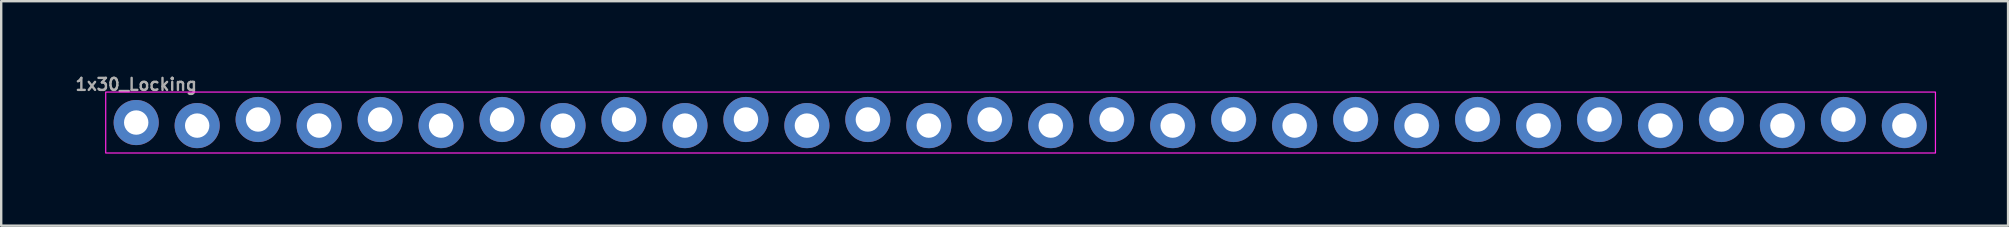
<source format=kicad_pcb>
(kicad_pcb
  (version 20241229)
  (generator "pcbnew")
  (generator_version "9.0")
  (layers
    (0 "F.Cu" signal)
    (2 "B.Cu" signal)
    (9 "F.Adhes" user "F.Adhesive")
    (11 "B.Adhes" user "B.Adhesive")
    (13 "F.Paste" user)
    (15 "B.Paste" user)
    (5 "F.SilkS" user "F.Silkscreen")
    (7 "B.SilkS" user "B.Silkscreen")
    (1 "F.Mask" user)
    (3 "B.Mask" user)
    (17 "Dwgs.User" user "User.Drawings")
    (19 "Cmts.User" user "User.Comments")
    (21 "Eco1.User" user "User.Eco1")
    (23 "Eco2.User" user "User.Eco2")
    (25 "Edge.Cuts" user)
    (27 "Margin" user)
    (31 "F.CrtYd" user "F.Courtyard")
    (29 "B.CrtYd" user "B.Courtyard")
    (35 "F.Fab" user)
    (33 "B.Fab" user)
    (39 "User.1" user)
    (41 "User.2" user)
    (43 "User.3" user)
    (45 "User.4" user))
  (footprint "1x30_Locking"
    (layer "F.Cu")
    (at 2.624 2.055)
    (property "Reference" "1x30_Locking" (at 0 -1.587 0) (layer "F.Fab") (effects (font (size 0.5 0.5) (thickness 0.1))))
    (fp_rect (start -1.27 -1.27) (end 74.955 1.27) (stroke (width 0.05) (type default)) (fill no) (layer "F.CrtYd"))
    (fp_poly (pts (xy -0.254 0.254) (xy 0.254 0.254) (xy 0.254 -0.254) (xy -0.254 -0.254)) (stroke (width 0.1) (type default)) (fill no) (layer "F.Fab"))
    (fp_poly (pts (xy 2.286 0.254) (xy 2.794 0.254) (xy 2.794 -0.254) (xy 2.286 -0.254)) (stroke (width 0.1) (type default)) (fill no) (layer "F.Fab"))
    (fp_poly (pts (xy 4.826 0.254) (xy 5.334 0.254) (xy 5.334 -0.254) (xy 4.826 -0.254)) (stroke (width 0.1) (type default)) (fill no) (layer "F.Fab"))
    (fp_poly (pts (xy 7.366 0.254) (xy 7.874 0.254) (xy 7.874 -0.254) (xy 7.366 -0.254)) (stroke (width 0.1) (type default)) (fill no) (layer "F.Fab"))
    (fp_poly (pts (xy 9.906 0.254) (xy 10.414 0.254) (xy 10.414 -0.254) (xy 9.906 -0.254)) (stroke (width 0.1) (type default)) (fill no) (layer "F.Fab"))
    (fp_poly (pts (xy 12.446 0.254) (xy 12.954 0.254) (xy 12.954 -0.254) (xy 12.446 -0.254)) (stroke (width 0.1) (type default)) (fill no) (layer "F.Fab"))
    (fp_poly (pts (xy 14.986 0.254) (xy 15.494 0.254) (xy 15.494 -0.254) (xy 14.986 -0.254)) (stroke (width 0.1) (type default)) (fill no) (layer "F.Fab"))
    (fp_poly (pts (xy 17.526 0.254) (xy 18.034 0.254) (xy 18.034 -0.254) (xy 17.526 -0.254)) (stroke (width 0.1) (type default)) (fill no) (layer "F.Fab"))
    (fp_poly (pts (xy 20.066 0.254) (xy 20.574 0.254) (xy 20.574 -0.254) (xy 20.066 -0.254)) (stroke (width 0.1) (type default)) (fill no) (layer "F.Fab"))
    (fp_poly (pts (xy 22.606 0.254) (xy 23.114 0.254) (xy 23.114 -0.254) (xy 22.606 -0.254)) (stroke (width 0.1) (type default)) (fill no) (layer "F.Fab"))
    (fp_poly (pts (xy 25.146 0.254) (xy 25.654 0.254) (xy 25.654 -0.254) (xy 25.146 -0.254)) (stroke (width 0.1) (type default)) (fill no) (layer "F.Fab"))
    (fp_poly (pts (xy 27.686 0.254) (xy 28.194 0.254) (xy 28.194 -0.254) (xy 27.686 -0.254)) (stroke (width 0.1) (type default)) (fill no) (layer "F.Fab"))
    (fp_poly (pts (xy 30.226 0.254) (xy 30.734 0.254) (xy 30.734 -0.254) (xy 30.226 -0.254)) (stroke (width 0.1) (type default)) (fill no) (layer "F.Fab"))
    (fp_poly (pts (xy 32.766 0.254) (xy 33.274 0.254) (xy 33.274 -0.254) (xy 32.766 -0.254)) (stroke (width 0.1) (type default)) (fill no) (layer "F.Fab"))
    (fp_poly (pts (xy 35.306 0.254) (xy 35.814 0.254) (xy 35.814 -0.254) (xy 35.306 -0.254)) (stroke (width 0.1) (type default)) (fill no) (layer "F.Fab"))
    (fp_poly (pts (xy 37.846 0.254) (xy 38.354 0.254) (xy 38.354 -0.254) (xy 37.846 -0.254)) (stroke (width 0.1) (type default)) (fill no) (layer "F.Fab"))
    (fp_poly (pts (xy 40.386 0.254) (xy 40.894 0.254) (xy 40.894 -0.254) (xy 40.386 -0.254)) (stroke (width 0.1) (type default)) (fill no) (layer "F.Fab"))
    (fp_poly (pts (xy 42.926 0.254) (xy 43.434 0.254) (xy 43.434 -0.254) (xy 42.926 -0.254)) (stroke (width 0.1) (type default)) (fill no) (layer "F.Fab"))
    (fp_poly (pts (xy 45.466 0.254) (xy 45.974 0.254) (xy 45.974 -0.254) (xy 45.466 -0.254)) (stroke (width 0.1) (type default)) (fill no) (layer "F.Fab"))
    (fp_poly (pts (xy 48.006 0.254) (xy 48.514 0.254) (xy 48.514 -0.254) (xy 48.006 -0.254)) (stroke (width 0.1) (type default)) (fill no) (layer "F.Fab"))
    (fp_poly (pts (xy 50.546 0.254) (xy 51.054 0.254) (xy 51.054 -0.254) (xy 50.546 -0.254)) (stroke (width 0.1) (type default)) (fill no) (layer "F.Fab"))
    (fp_poly (pts (xy 53.086 0.254) (xy 53.594 0.254) (xy 53.594 -0.254) (xy 53.086 -0.254)) (stroke (width 0.1) (type default)) (fill no) (layer "F.Fab"))
    (fp_poly (pts (xy 55.626 0.254) (xy 56.134 0.254) (xy 56.134 -0.254) (xy 55.626 -0.254)) (stroke (width 0.1) (type default)) (fill no) (layer "F.Fab"))
    (fp_poly (pts (xy 58.166 0.254) (xy 58.674 0.254) (xy 58.674 -0.254) (xy 58.166 -0.254)) (stroke (width 0.1) (type default)) (fill no) (layer "F.Fab"))
    (fp_poly (pts (xy 60.706 0.254) (xy 61.214 0.254) (xy 61.214 -0.254) (xy 60.706 -0.254)) (stroke (width 0.1) (type default)) (fill no) (layer "F.Fab"))
    (fp_poly (pts (xy 63.246 0.254) (xy 63.754 0.254) (xy 63.754 -0.254) (xy 63.246 -0.254)) (stroke (width 0.1) (type default)) (fill no) (layer "F.Fab"))
    (fp_poly (pts (xy 65.786 0.254) (xy 66.294 0.254) (xy 66.294 -0.254) (xy 65.786 -0.254)) (stroke (width 0.1) (type default)) (fill no) (layer "F.Fab"))
    (fp_poly (pts (xy 68.326 0.254) (xy 68.834 0.254) (xy 68.834 -0.254) (xy 68.326 -0.254)) (stroke (width 0.1) (type default)) (fill no) (layer "F.Fab"))
    (fp_poly (pts (xy 70.866 0.254) (xy 71.374 0.254) (xy 71.374 -0.254) (xy 70.866 -0.254)) (stroke (width 0.1) (type default)) (fill no) (layer "F.Fab"))
    (fp_poly (pts (xy 73.406 0.254) (xy 73.914 0.254) (xy 73.914 -0.254) (xy 73.406 -0.254)) (stroke (width 0.1) (type default)) (fill no) (layer "F.Fab"))
    (pad "1" thru_hole circle (at 0 0 90) (size 1.88 1.88) (drill 1.016) (layers "*.Cu" "*.Mask") (remove_unused_layers yes) (keep_end_layers yes) (zone_layer_connections))
    (pad "2" thru_hole circle (at 2.54 0.127 90) (size 1.88 1.88) (drill 1.016) (layers "*.Cu" "*.Mask") (remove_unused_layers yes) (keep_end_layers yes) (zone_layer_connections))
    (pad "3" thru_hole circle (at 5.08 -0.127 90) (size 1.88 1.88) (drill 1.016) (layers "*.Cu" "*.Mask") (remove_unused_layers yes) (keep_end_layers yes) (zone_layer_connections))
    (pad "4" thru_hole circle (at 7.62 0.127 90) (size 1.88 1.88) (drill 1.016) (layers "*.Cu" "*.Mask") (remove_unused_layers yes) (keep_end_layers yes) (zone_layer_connections))
    (pad "5" thru_hole circle (at 10.16 -0.127 90) (size 1.88 1.88) (drill 1.016) (layers "*.Cu" "*.Mask") (remove_unused_layers yes) (keep_end_layers yes) (zone_layer_connections))
    (pad "6" thru_hole circle (at 12.7 0.127 90) (size 1.88 1.88) (drill 1.016) (layers "*.Cu" "*.Mask") (remove_unused_layers yes) (keep_end_layers yes) (zone_layer_connections))
    (pad "7" thru_hole circle (at 15.24 -0.127 90) (size 1.88 1.88) (drill 1.016) (layers "*.Cu" "*.Mask") (remove_unused_layers yes) (keep_end_layers yes) (zone_layer_connections))
    (pad "8" thru_hole circle (at 17.78 0.127 90) (size 1.88 1.88) (drill 1.016) (layers "*.Cu" "*.Mask") (remove_unused_layers yes) (keep_end_layers yes) (zone_layer_connections))
    (pad "9" thru_hole circle (at 20.32 -0.127 90) (size 1.88 1.88) (drill 1.016) (layers "*.Cu" "*.Mask") (remove_unused_layers yes) (keep_end_layers yes) (zone_layer_connections))
    (pad "10" thru_hole circle (at 22.86 0.127 90) (size 1.88 1.88) (drill 1.016) (layers "*.Cu" "*.Mask") (remove_unused_layers yes) (keep_end_layers yes) (zone_layer_connections))
    (pad "11" thru_hole circle (at 25.4 -0.127 90) (size 1.88 1.88) (drill 1.016) (layers "*.Cu" "*.Mask") (remove_unused_layers yes) (keep_end_layers yes) (zone_layer_connections))
    (pad "12" thru_hole circle (at 27.94 0.127 90) (size 1.88 1.88) (drill 1.016) (layers "*.Cu" "*.Mask") (remove_unused_layers yes) (keep_end_layers yes) (zone_layer_connections))
    (pad "13" thru_hole circle (at 30.48 -0.127 90) (size 1.88 1.88) (drill 1.016) (layers "*.Cu" "*.Mask") (remove_unused_layers yes) (keep_end_layers yes) (zone_layer_connections))
    (pad "14" thru_hole circle (at 33.02 0.127 90) (size 1.88 1.88) (drill 1.016) (layers "*.Cu" "*.Mask") (remove_unused_layers yes) (keep_end_layers yes) (zone_layer_connections))
    (pad "15" thru_hole circle (at 35.56 -0.127 90) (size 1.88 1.88) (drill 1.016) (layers "*.Cu" "*.Mask") (remove_unused_layers yes) (keep_end_layers yes) (zone_layer_connections))
    (pad "16" thru_hole circle (at 38.1 0.127 90) (size 1.88 1.88) (drill 1.016) (layers "*.Cu" "*.Mask") (remove_unused_layers yes) (keep_end_layers yes) (zone_layer_connections))
    (pad "17" thru_hole circle (at 40.64 -0.127 90) (size 1.88 1.88) (drill 1.016) (layers "*.Cu" "*.Mask") (remove_unused_layers yes) (keep_end_layers yes) (zone_layer_connections))
    (pad "18" thru_hole circle (at 43.18 0.127 90) (size 1.88 1.88) (drill 1.016) (layers "*.Cu" "*.Mask") (remove_unused_layers yes) (keep_end_layers yes) (zone_layer_connections))
    (pad "19" thru_hole circle (at 45.72 -0.127 90) (size 1.88 1.88) (drill 1.016) (layers "*.Cu" "*.Mask") (remove_unused_layers yes) (keep_end_layers yes) (zone_layer_connections))
    (pad "20" thru_hole circle (at 48.26 0.127 90) (size 1.88 1.88) (drill 1.016) (layers "*.Cu" "*.Mask") (remove_unused_layers yes) (keep_end_layers yes) (zone_layer_connections))
    (pad "21" thru_hole circle (at 50.8 -0.127 90) (size 1.88 1.88) (drill 1.016) (layers "*.Cu" "*.Mask") (remove_unused_layers yes) (keep_end_layers yes) (zone_layer_connections))
    (pad "22" thru_hole circle (at 53.34 0.127 90) (size 1.88 1.88) (drill 1.016) (layers "*.Cu" "*.Mask") (remove_unused_layers yes) (keep_end_layers yes) (zone_layer_connections))
    (pad "23" thru_hole circle (at 55.88 -0.127 90) (size 1.88 1.88) (drill 1.016) (layers "*.Cu" "*.Mask") (remove_unused_layers yes) (keep_end_layers yes) (zone_layer_connections))
    (pad "24" thru_hole circle (at 58.42 0.127 90) (size 1.88 1.88) (drill 1.016) (layers "*.Cu" "*.Mask") (remove_unused_layers yes) (keep_end_layers yes) (zone_layer_connections))
    (pad "25" thru_hole circle (at 60.96 -0.127 90) (size 1.88 1.88) (drill 1.016) (layers "*.Cu" "*.Mask") (remove_unused_layers yes) (keep_end_layers yes) (zone_layer_connections))
    (pad "26" thru_hole circle (at 63.5 0.127 90) (size 1.88 1.88) (drill 1.016) (layers "*.Cu" "*.Mask") (remove_unused_layers yes) (keep_end_layers yes) (zone_layer_connections))
    (pad "27" thru_hole circle (at 66.04 -0.127 90) (size 1.88 1.88) (drill 1.016) (layers "*.Cu" "*.Mask") (remove_unused_layers yes) (keep_end_layers yes) (zone_layer_connections))
    (pad "28" thru_hole circle (at 68.58 0.127 90) (size 1.88 1.88) (drill 1.016) (layers "*.Cu" "*.Mask") (remove_unused_layers yes) (keep_end_layers yes) (zone_layer_connections))
    (pad "29" thru_hole circle (at 71.12 -0.127 90) (size 1.88 1.88) (drill 1.016) (layers "*.Cu" "*.Mask") (remove_unused_layers yes) (keep_end_layers yes) (zone_layer_connections))
    (pad "30" thru_hole circle (at 73.66 0.127 90) (size 1.88 1.88) (drill 1.016) (layers "*.Cu" "*.Mask") (remove_unused_layers yes) (keep_end_layers yes) (zone_layer_connections)))
  (gr_rect
    (start -3 -3)
    (end 80.604 6.351)
    (stroke (width 0.1) (type default))
    (fill no)
    (layer "Edge.Cuts")))
</source>
